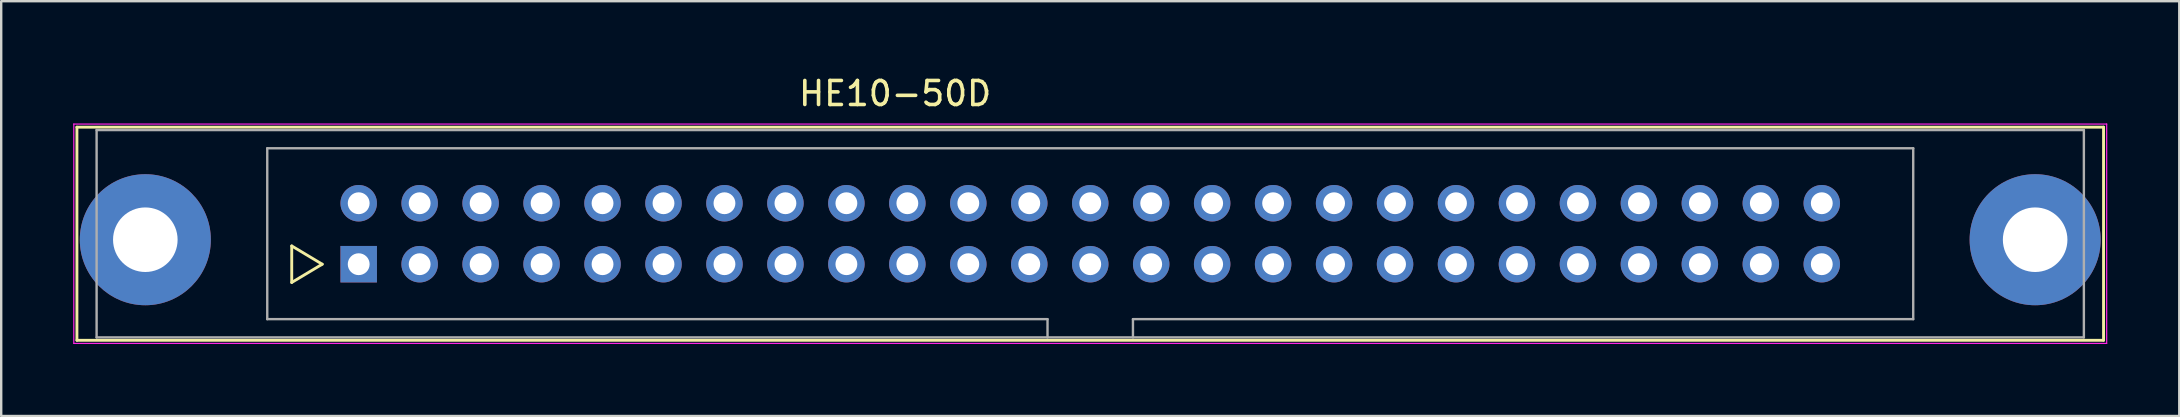
<source format=kicad_pcb>
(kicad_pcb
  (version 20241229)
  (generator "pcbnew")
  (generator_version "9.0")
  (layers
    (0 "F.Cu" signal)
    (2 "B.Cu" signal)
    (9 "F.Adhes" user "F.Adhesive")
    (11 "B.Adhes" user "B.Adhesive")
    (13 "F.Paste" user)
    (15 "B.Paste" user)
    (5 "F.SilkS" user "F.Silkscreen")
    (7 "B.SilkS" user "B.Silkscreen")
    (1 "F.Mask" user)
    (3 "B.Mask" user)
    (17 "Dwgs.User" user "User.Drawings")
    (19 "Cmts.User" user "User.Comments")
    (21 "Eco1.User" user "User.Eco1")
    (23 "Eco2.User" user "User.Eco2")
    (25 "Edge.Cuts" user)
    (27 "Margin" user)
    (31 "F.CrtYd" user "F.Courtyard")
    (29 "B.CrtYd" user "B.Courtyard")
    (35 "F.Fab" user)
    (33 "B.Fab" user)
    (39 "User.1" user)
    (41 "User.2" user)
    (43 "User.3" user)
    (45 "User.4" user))
  (footprint "HE10-50D"
    (layer "F.Cu")
    (at 11.895 7.958)
    (property "Reference" "HE10-50D" (at 22.35 -7.11 0) (layer "F.SilkS") (effects (font (size 1 1) (thickness 0.15))))
    (attr through_hole)
    (fp_line (start -11.74 -5.71) (end -11.74 3.17) (stroke (width 0.12) (type solid)) (layer "F.SilkS"))
    (fp_line (start -11.74 -5.71) (end 72.7 -5.71) (stroke (width 0.12) (type solid)) (layer "F.SilkS"))
    (fp_line (start -2.79 -0.76) (end -2.79 0.76) (stroke (width 0.12) (type solid)) (layer "F.SilkS"))
    (fp_line (start -2.79 0.76) (end -1.52 0) (stroke (width 0.12) (type solid)) (layer "F.SilkS"))
    (fp_line (start -1.52 0) (end -2.79 -0.76) (stroke (width 0.12) (type solid)) (layer "F.SilkS"))
    (fp_line (start 72.7 3.17) (end -11.74 3.17) (stroke (width 0.12) (type solid)) (layer "F.SilkS"))
    (fp_line (start 72.7 3.17) (end 72.7 -5.71) (stroke (width 0.12) (type solid)) (layer "F.SilkS"))
    (fp_line (start -11.87 -5.84) (end -11.87 3.3) (stroke (width 0.05) (type solid)) (layer "F.CrtYd"))
    (fp_line (start -11.87 -5.84) (end 72.83 -5.84) (stroke (width 0.05) (type solid)) (layer "F.CrtYd"))
    (fp_line (start 72.83 3.3) (end -11.87 3.3) (stroke (width 0.05) (type solid)) (layer "F.CrtYd"))
    (fp_line (start 72.83 3.3) (end 72.83 -5.84) (stroke (width 0.05) (type solid)) (layer "F.CrtYd"))
    (fp_line (start -10.92 -5.59) (end -10.92 3.05) (stroke (width 0.1) (type solid)) (layer "F.Fab"))
    (fp_line (start -10.92 3.05) (end 71.88 3.05) (stroke (width 0.1) (type solid)) (layer "F.Fab"))
    (fp_line (start -3.81 -4.83) (end 64.77 -4.83) (stroke (width 0.1) (type solid)) (layer "F.Fab"))
    (fp_line (start -3.81 2.29) (end -3.81 -4.83) (stroke (width 0.1) (type solid)) (layer "F.Fab"))
    (fp_line (start 28.7 2.29) (end -3.81 2.29) (stroke (width 0.1) (type solid)) (layer "F.Fab"))
    (fp_line (start 28.7 3.05) (end 28.7 2.29) (stroke (width 0.1) (type solid)) (layer "F.Fab"))
    (fp_line (start 32.26 2.29) (end 32.26 3.05) (stroke (width 0.1) (type solid)) (layer "F.Fab"))
    (fp_line (start 64.77 -4.83) (end 64.77 2.29) (stroke (width 0.1) (type solid)) (layer "F.Fab"))
    (fp_line (start 64.77 2.29) (end 32.26 2.29) (stroke (width 0.1) (type solid)) (layer "F.Fab"))
    (fp_line (start 71.88 -5.59) (end -10.92 -5.59) (stroke (width 0.1) (type solid)) (layer "F.Fab"))
    (fp_line (start 71.88 3.05) (end 71.88 -5.59) (stroke (width 0.1) (type solid)) (layer "F.Fab"))
    (pad "" thru_hole circle (at -8.89 -1.02) (size 5.46 5.46) (drill 2.69) (layers "*.Cu" "*.Mask"))
    (pad "" thru_hole circle (at 69.85 -1.02) (size 5.46 5.46) (drill 2.69) (layers "*.Cu" "*.Mask"))
    (pad "1" thru_hole rect (at 0 0) (size 1.52 1.52) (drill 0.91) (layers "*.Cu" "*.Mask"))
    (pad "2" thru_hole circle (at 0 -2.54) (size 1.52 1.52) (drill 0.91) (layers "*.Cu" "*.Mask"))
    (pad "3" thru_hole circle (at 2.54 0) (size 1.52 1.52) (drill 0.91) (layers "*.Cu" "*.Mask"))
    (pad "4" thru_hole circle (at 2.54 -2.54) (size 1.52 1.52) (drill 0.91) (layers "*.Cu" "*.Mask"))
    (pad "5" thru_hole circle (at 5.08 0) (size 1.52 1.52) (drill 0.91) (layers "*.Cu" "*.Mask"))
    (pad "6" thru_hole circle (at 5.08 -2.54) (size 1.52 1.52) (drill 0.91) (layers "*.Cu" "*.Mask"))
    (pad "7" thru_hole circle (at 7.62 0) (size 1.52 1.52) (drill 0.91) (layers "*.Cu" "*.Mask"))
    (pad "8" thru_hole circle (at 7.62 -2.54) (size 1.52 1.52) (drill 0.91) (layers "*.Cu" "*.Mask"))
    (pad "9" thru_hole circle (at 10.16 0) (size 1.52 1.52) (drill 0.91) (layers "*.Cu" "*.Mask"))
    (pad "10" thru_hole circle (at 10.16 -2.54) (size 1.52 1.52) (drill 0.91) (layers "*.Cu" "*.Mask"))
    (pad "11" thru_hole circle (at 12.7 0) (size 1.52 1.52) (drill 0.91) (layers "*.Cu" "*.Mask"))
    (pad "12" thru_hole circle (at 12.7 -2.54) (size 1.52 1.52) (drill 0.91) (layers "*.Cu" "*.Mask"))
    (pad "13" thru_hole circle (at 15.24 0) (size 1.52 1.52) (drill 0.91) (layers "*.Cu" "*.Mask"))
    (pad "14" thru_hole circle (at 15.24 -2.54) (size 1.52 1.52) (drill 0.91) (layers "*.Cu" "*.Mask"))
    (pad "15" thru_hole circle (at 17.78 0) (size 1.52 1.52) (drill 0.91) (layers "*.Cu" "*.Mask"))
    (pad "16" thru_hole circle (at 17.78 -2.54) (size 1.52 1.52) (drill 0.91) (layers "*.Cu" "*.Mask"))
    (pad "17" thru_hole circle (at 20.32 0) (size 1.52 1.52) (drill 0.91) (layers "*.Cu" "*.Mask"))
    (pad "18" thru_hole circle (at 20.32 -2.54) (size 1.52 1.52) (drill 0.91) (layers "*.Cu" "*.Mask"))
    (pad "19" thru_hole circle (at 22.86 0) (size 1.52 1.52) (drill 0.91) (layers "*.Cu" "*.Mask"))
    (pad "20" thru_hole circle (at 22.86 -2.54) (size 1.52 1.52) (drill 0.91) (layers "*.Cu" "*.Mask"))
    (pad "21" thru_hole circle (at 25.4 0) (size 1.52 1.52) (drill 0.91) (layers "*.Cu" "*.Mask"))
    (pad "22" thru_hole circle (at 25.4 -2.54) (size 1.52 1.52) (drill 0.91) (layers "*.Cu" "*.Mask"))
    (pad "23" thru_hole circle (at 27.94 0) (size 1.52 1.52) (drill 0.91) (layers "*.Cu" "*.Mask"))
    (pad "24" thru_hole circle (at 27.94 -2.54) (size 1.52 1.52) (drill 0.91) (layers "*.Cu" "*.Mask"))
    (pad "25" thru_hole circle (at 30.48 0) (size 1.52 1.52) (drill 0.91) (layers "*.Cu" "*.Mask"))
    (pad "26" thru_hole circle (at 30.48 -2.54) (size 1.52 1.52) (drill 0.91) (layers "*.Cu" "*.Mask"))
    (pad "27" thru_hole circle (at 33.02 0) (size 1.52 1.52) (drill 0.91) (layers "*.Cu" "*.Mask"))
    (pad "28" thru_hole circle (at 33.02 -2.54) (size 1.52 1.52) (drill 0.91) (layers "*.Cu" "*.Mask"))
    (pad "29" thru_hole circle (at 35.56 0) (size 1.52 1.52) (drill 0.91) (layers "*.Cu" "*.Mask"))
    (pad "30" thru_hole circle (at 35.56 -2.54) (size 1.52 1.52) (drill 0.91) (layers "*.Cu" "*.Mask"))
    (pad "31" thru_hole circle (at 38.1 0) (size 1.52 1.52) (drill 0.91) (layers "*.Cu" "*.Mask"))
    (pad "32" thru_hole circle (at 38.1 -2.54) (size 1.52 1.52) (drill 0.91) (layers "*.Cu" "*.Mask"))
    (pad "33" thru_hole circle (at 40.64 0) (size 1.52 1.52) (drill 0.91) (layers "*.Cu" "*.Mask"))
    (pad "34" thru_hole circle (at 40.64 -2.54) (size 1.52 1.52) (drill 0.91) (layers "*.Cu" "*.Mask"))
    (pad "35" thru_hole circle (at 43.18 0) (size 1.52 1.52) (drill 0.91) (layers "*.Cu" "*.Mask"))
    (pad "36" thru_hole circle (at 43.18 -2.54) (size 1.52 1.52) (drill 0.91) (layers "*.Cu" "*.Mask"))
    (pad "37" thru_hole circle (at 45.72 0) (size 1.52 1.52) (drill 0.91) (layers "*.Cu" "*.Mask"))
    (pad "38" thru_hole circle (at 45.72 -2.54) (size 1.52 1.52) (drill 0.91) (layers "*.Cu" "*.Mask"))
    (pad "39" thru_hole circle (at 48.26 0) (size 1.52 1.52) (drill 0.91) (layers "*.Cu" "*.Mask"))
    (pad "40" thru_hole circle (at 48.26 -2.54) (size 1.52 1.52) (drill 0.91) (layers "*.Cu" "*.Mask"))
    (pad "41" thru_hole circle (at 50.8 0) (size 1.52 1.52) (drill 0.91) (layers "*.Cu" "*.Mask"))
    (pad "42" thru_hole circle (at 50.8 -2.54) (size 1.52 1.52) (drill 0.91) (layers "*.Cu" "*.Mask"))
    (pad "43" thru_hole circle (at 53.34 0) (size 1.52 1.52) (drill 0.91) (layers "*.Cu" "*.Mask"))
    (pad "44" thru_hole circle (at 53.34 -2.54) (size 1.52 1.52) (drill 0.91) (layers "*.Cu" "*.Mask"))
    (pad "45" thru_hole circle (at 55.88 0) (size 1.52 1.52) (drill 0.91) (layers "*.Cu" "*.Mask"))
    (pad "46" thru_hole circle (at 55.88 -2.54) (size 1.52 1.52) (drill 0.91) (layers "*.Cu" "*.Mask"))
    (pad "47" thru_hole circle (at 58.42 0) (size 1.52 1.52) (drill 0.91) (layers "*.Cu" "*.Mask"))
    (pad "48" thru_hole circle (at 58.42 -2.54) (size 1.52 1.52) (drill 0.91) (layers "*.Cu" "*.Mask"))
    (pad "49" thru_hole circle (at 60.96 0) (size 1.52 1.52) (drill 0.91) (layers "*.Cu" "*.Mask"))
    (pad "50" thru_hole circle (at 60.96 -2.54) (size 1.52 1.52) (drill 0.91) (layers "*.Cu" "*.Mask")))
  (gr_rect
    (start -3 -3)
    (end 87.75 14.283)
    (stroke (width 0.1) (type default))
    (fill no)
    (layer "Edge.Cuts")))
</source>
